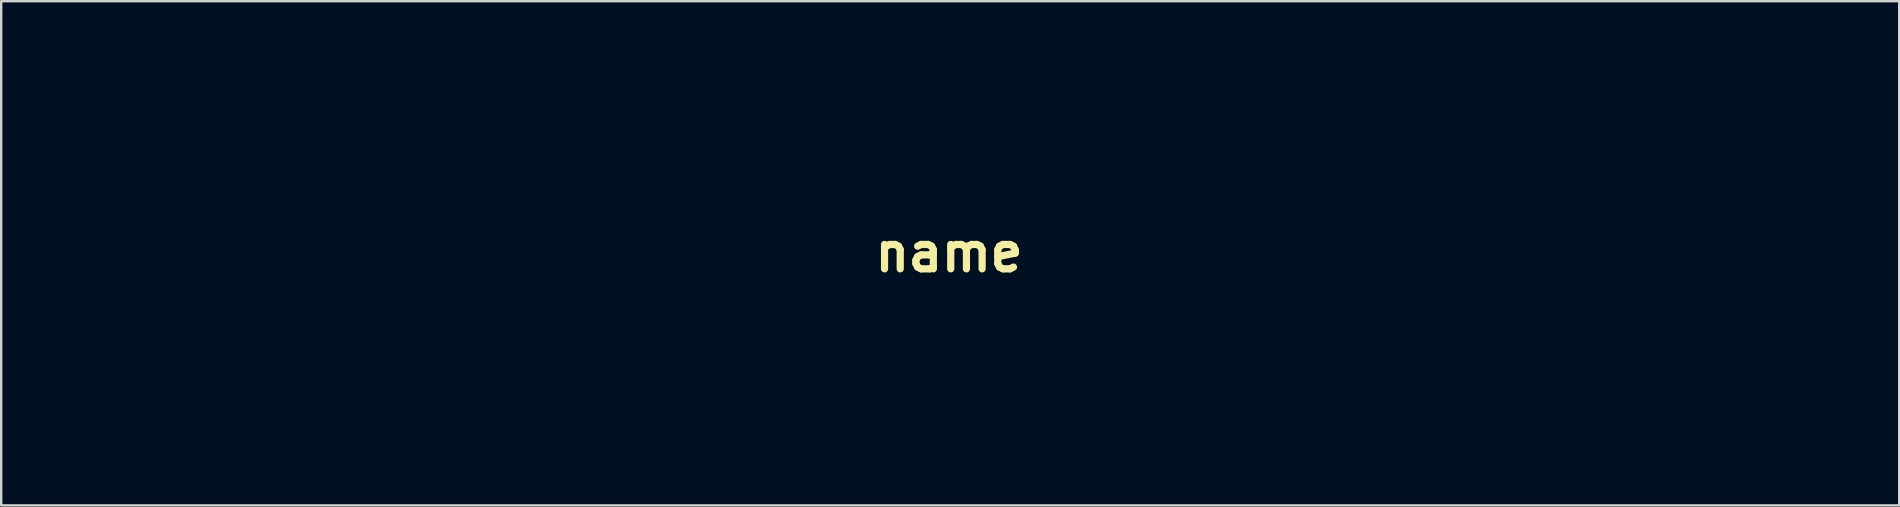
<source format=kicad_pcb>
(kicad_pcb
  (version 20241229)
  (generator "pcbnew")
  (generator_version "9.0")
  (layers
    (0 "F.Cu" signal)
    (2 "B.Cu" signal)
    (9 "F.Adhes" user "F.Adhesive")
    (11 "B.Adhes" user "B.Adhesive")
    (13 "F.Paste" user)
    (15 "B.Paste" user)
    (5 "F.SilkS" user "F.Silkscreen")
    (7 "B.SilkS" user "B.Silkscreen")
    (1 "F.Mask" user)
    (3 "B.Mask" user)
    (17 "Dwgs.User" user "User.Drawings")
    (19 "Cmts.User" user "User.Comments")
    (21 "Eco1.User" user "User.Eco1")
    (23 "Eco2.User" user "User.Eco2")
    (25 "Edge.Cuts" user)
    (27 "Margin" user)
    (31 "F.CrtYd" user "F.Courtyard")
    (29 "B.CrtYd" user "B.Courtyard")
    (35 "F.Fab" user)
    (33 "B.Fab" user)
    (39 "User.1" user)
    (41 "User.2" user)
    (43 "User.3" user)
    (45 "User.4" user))
  (footprint "name"
    (layer "F.Cu")
    (at 36.482 7.459)
    (property "Reference" "name" (at 0 0 0) (layer "F.SilkS") (effects (font (size 1.524 1.524) (thickness 0.3))))
    (attr through_hole)
    (fp_poly (pts (xy 24.13 7.535) (xy 20.828 7.535) (xy 20.828 -7.451) (xy 24.13 -7.451) (xy 24.13 7.535)) (stroke (width 0.01) (type solid)) (fill yes) (layer "F.Mask"))
    (fp_poly (pts (xy 19.219 -4.826) (xy 15.494 -4.826) (xy 15.494 7.535) (xy 12.192 7.535) (xy 12.192 -4.826) (xy 8.551 -4.826) (xy 8.551 -7.451) (xy 19.219 -7.451) (xy 19.219 -4.826)) (stroke (width 0.01) (type solid)) (fill yes) (layer "F.Mask"))
    (fp_poly (pts (xy -28.298 -7.349) (xy -27.761 -7.305) (xy -27.553 -7.274) (xy -26.682 -7.037) (xy -25.807 -6.657) (xy -24.962 -6.157) (xy -24.179 -5.558) (xy -23.493 -4.884) (xy -22.979 -4.222) (xy -22.805 -3.942) (xy -22.625 -3.625) (xy -22.456 -3.304) (xy -22.317 -3.016) (xy -22.224 -2.795) (xy -22.196 -2.677) (xy -22.2 -2.668) (xy -22.283 -2.692) (xy -22.482 -2.773) (xy -22.762 -2.897) (xy -22.903 -2.961) (xy -23.272 -3.144) (xy -23.525 -3.307) (xy -23.708 -3.484) (xy -23.824 -3.641) (xy -24.307 -4.223) (xy -24.897 -4.677) (xy -25.583 -4.995) (xy -26.354 -5.173) (xy -26.401 -5.179) (xy -26.935 -5.244) (xy -27.363 -5.303) (xy -27.719 -5.367) (xy -28.042 -5.448) (xy -28.366 -5.555) (xy -28.73 -5.7) (xy -29.169 -5.894) (xy -29.72 -6.147) (xy -29.809 -6.188) (xy -30.296 -6.417) (xy -30.723 -6.625) (xy -31.068 -6.802) (xy -31.31 -6.935) (xy -31.428 -7.015) (xy -31.435 -7.031) (xy -31.326 -7.074) (xy -31.094 -7.136) (xy -30.783 -7.205) (xy -30.669 -7.228) (xy -30.16 -7.302) (xy -29.556 -7.347) (xy -28.916 -7.363) (xy -28.298 -7.349)) (stroke (width 0.01) (type solid)) (fill yes) (layer "F.Mask"))
    (fp_poly (pts (xy 30.465 -7.45) (xy 31.144 -7.448) (xy 31.691 -7.444) (xy 32.124 -7.436) (xy 32.462 -7.425) (xy 32.725 -7.408) (xy 32.929 -7.386) (xy 33.095 -7.357) (xy 33.24 -7.32) (xy 33.383 -7.275) (xy 34.16 -6.935) (xy 34.817 -6.477) (xy 35.353 -5.904) (xy 35.765 -5.22) (xy 36.049 -4.429) (xy 36.204 -3.535) (xy 36.234 -2.879) (xy 36.172 -1.973) (xy 35.991 -1.135) (xy 35.698 -0.386) (xy 35.299 0.256) (xy 34.949 0.642) (xy 34.696 0.871) (xy 34.464 1.066) (xy 34.305 1.186) (xy 34.108 1.313) (xy 35.342 4.19) (xy 35.624 4.852) (xy 35.883 5.474) (xy 36.112 6.036) (xy 36.303 6.518) (xy 36.449 6.903) (xy 36.543 7.17) (xy 36.576 7.302) (xy 36.576 7.302) (xy 36.576 7.539) (xy 34.872 7.516) (xy 33.168 7.493) (xy 32.085 4.868) (xy 31.002 2.244) (xy 29.718 2.194) (xy 29.718 7.535) (xy 26.416 7.535) (xy 26.416 -0.593) (xy 29.718 -0.593) (xy 30.707 -0.593) (xy 31.164 -0.597) (xy 31.493 -0.616) (xy 31.735 -0.652) (xy 31.934 -0.713) (xy 32.063 -0.77) (xy 32.413 -1.015) (xy 32.661 -1.342) (xy 32.762 -1.525) (xy 32.829 -1.693) (xy 32.868 -1.889) (xy 32.887 -2.153) (xy 32.893 -2.528) (xy 32.893 -2.709) (xy 32.89 -3.143) (xy 32.875 -3.45) (xy 32.843 -3.671) (xy 32.787 -3.85) (xy 32.7 -4.027) (xy 32.681 -4.06) (xy 32.51 -4.324) (xy 32.32 -4.517) (xy 32.08 -4.651) (xy 31.76 -4.736) (xy 31.33 -4.787) (xy 30.8 -4.812) (xy 29.718 -4.846) (xy 29.718 -0.593) (xy 26.416 -0.593) (xy 26.416 -7.451) (xy 29.636 -7.451) (xy 30.465 -7.45)) (stroke (width 0.01) (type solid)) (fill yes) (layer "F.Mask"))
    (fp_poly (pts (xy 3.083 -7.431) (xy 4.609 -7.408) (xy 6.958 0.042) (xy 7.299 1.125) (xy 7.625 2.16) (xy 7.933 3.138) (xy 8.219 4.046) (xy 8.48 4.873) (xy 8.712 5.609) (xy 8.911 6.242) (xy 9.073 6.76) (xy 9.196 7.152) (xy 9.276 7.407) (xy 9.309 7.513) (xy 9.31 7.516) (xy 9.231 7.522) (xy 9.007 7.525) (xy 8.663 7.525) (xy 8.224 7.523) (xy 7.716 7.518) (xy 7.556 7.516) (xy 5.8 7.493) (xy 5.419 6.032) (xy 5.038 4.572) (xy 1.122 4.572) (xy 0.851 5.609) (xy 0.733 6.055) (xy 0.618 6.486) (xy 0.519 6.853) (xy 0.453 7.091) (xy 0.327 7.535) (xy -3.125 7.535) (xy -3.015 7.176) (xy -2.973 7.042) (xy -2.885 6.759) (xy -2.755 6.34) (xy -2.585 5.795) (xy -2.38 5.138) (xy -2.143 4.381) (xy -1.879 3.536) (xy -1.592 2.616) (xy -1.321 1.748) (xy 1.863 1.748) (xy 1.942 1.759) (xy 2.162 1.768) (xy 2.491 1.774) (xy 2.899 1.778) (xy 3.088 1.778) (xy 3.586 1.775) (xy 3.935 1.764) (xy 4.153 1.743) (xy 4.259 1.711) (xy 4.274 1.672) (xy 4.243 1.564) (xy 4.175 1.316) (xy 4.077 0.949) (xy 3.955 0.488) (xy 3.815 -0.044) (xy 3.684 -0.544) (xy 3.533 -1.115) (xy 3.395 -1.631) (xy 3.276 -2.069) (xy 3.181 -2.407) (xy 3.117 -2.623) (xy 3.092 -2.694) (xy 3.034 -2.666) (xy 3.009 -2.616) (xy 2.978 -2.509) (xy 2.912 -2.268) (xy 2.819 -1.919) (xy 2.704 -1.488) (xy 2.576 -1.003) (xy 2.44 -0.488) (xy 2.304 0.03) (xy 2.175 0.524) (xy 2.06 0.968) (xy 1.965 1.335) (xy 1.898 1.6) (xy 1.865 1.736) (xy 1.863 1.748) (xy -1.321 1.748) (xy -1.284 1.632) (xy -0.961 0.598) (xy -0.674 -0.319) (xy 1.556 -7.454) (xy 3.083 -7.431)) (stroke (width 0.01) (type solid)) (fill yes) (layer "F.Mask"))
    (fp_poly (pts (xy -15.423 -7.449) (xy -14.905 -7.444) (xy -14.47 -7.436) (xy -14.14 -7.426) (xy -13.939 -7.414) (xy -13.885 -7.403) (xy -13.864 -7.308) (xy -13.805 -7.066) (xy -13.711 -6.696) (xy -13.587 -6.214) (xy -13.438 -5.638) (xy -13.269 -4.985) (xy -13.083 -4.272) (xy -12.886 -3.518) (xy -12.682 -2.739) (xy -12.476 -1.953) (xy -12.272 -1.176) (xy -12.075 -0.428) (xy -11.889 0.276) (xy -11.719 0.918) (xy -11.569 1.48) (xy -11.444 1.945) (xy -11.349 2.295) (xy -11.288 2.514) (xy -11.267 2.582) (xy -11.203 2.691) (xy -11.155 2.646) (xy -11.147 2.625) (xy -11.118 2.522) (xy -11.05 2.27) (xy -10.948 1.883) (xy -10.815 1.376) (xy -10.654 0.763) (xy -10.47 0.059) (xy -10.267 -0.721) (xy -10.048 -1.564) (xy -9.817 -2.453) (xy -9.811 -2.477) (xy -8.521 -7.451) (xy -4.318 -7.451) (xy -4.318 7.535) (xy -7.62 7.535) (xy -7.616 5.524) (xy -7.611 4.857) (xy -7.596 4.073) (xy -7.575 3.225) (xy -7.549 2.367) (xy -7.518 1.551) (xy -7.498 1.101) (xy -7.469 0.479) (xy -7.445 -0.085) (xy -7.427 -0.57) (xy -7.415 -0.956) (xy -7.41 -1.22) (xy -7.413 -1.341) (xy -7.414 -1.346) (xy -7.425 -1.355) (xy -7.436 -1.353) (xy -7.453 -1.328) (xy -7.479 -1.265) (xy -7.517 -1.155) (xy -7.572 -0.983) (xy -7.647 -0.737) (xy -7.745 -0.406) (xy -7.872 0.023) (xy -8.03 0.564) (xy -8.223 1.227) (xy -8.455 2.025) (xy -8.73 2.972) (xy -8.789 3.175) (xy -10.044 7.493) (xy -12.396 7.493) (xy -13.642 3.217) (xy -13.881 2.394) (xy -14.108 1.617) (xy -14.316 0.901) (xy -14.502 0.263) (xy -14.66 -0.282) (xy -14.787 -0.718) (xy -14.877 -1.029) (xy -14.926 -1.199) (xy -14.933 -1.224) (xy -14.971 -1.334) (xy -14.998 -1.35) (xy -15.014 -1.26) (xy -15.02 -1.054) (xy -15.016 -0.721) (xy -15.001 -0.252) (xy -14.976 0.366) (xy -14.94 1.142) (xy -14.94 1.143) (xy -14.907 1.908) (xy -14.878 2.741) (xy -14.853 3.592) (xy -14.834 4.41) (xy -14.823 5.143) (xy -14.82 5.567) (xy -14.817 7.535) (xy -18.119 7.535) (xy -18.119 -7.451) (xy -16.002 -7.451) (xy -15.423 -7.449)) (stroke (width 0.01) (type solid)) (fill yes) (layer "F.Mask"))
    (fp_poly (pts (xy -32.946 -6.146) (xy -32.697 -6.05) (xy -32.347 -5.903) (xy -31.921 -5.718) (xy -31.443 -5.505) (xy -30.94 -5.276) (xy -30.437 -5.043) (xy -29.959 -4.816) (xy -29.531 -4.607) (xy -29.32 -4.501) (xy -28.964 -4.319) (xy -29.082 -3.925) (xy -29.235 -3.172) (xy -29.243 -2.437) (xy -29.114 -1.739) (xy -28.858 -1.1) (xy -28.48 -0.54) (xy -27.991 -0.081) (xy -27.492 0.216) (xy -26.973 0.379) (xy -26.387 0.435) (xy -25.8 0.384) (xy -25.275 0.225) (xy -25.253 0.215) (xy -24.742 -0.107) (xy -24.272 -0.568) (xy -23.871 -1.138) (xy -23.803 -1.26) (xy -23.662 -1.517) (xy -23.551 -1.703) (xy -23.495 -1.778) (xy -23.494 -1.778) (xy -23.408 -1.744) (xy -23.201 -1.652) (xy -22.904 -1.517) (xy -22.567 -1.36) (xy -21.675 -0.942) (xy -21.675 0.04) (xy -21.74 1.164) (xy -21.939 2.192) (xy -22.28 3.143) (xy -22.768 4.033) (xy -23.411 4.878) (xy -23.74 5.236) (xy -24.554 5.962) (xy -25.456 6.559) (xy -26.422 7.013) (xy -27.431 7.312) (xy -27.468 7.32) (xy -28.042 7.403) (xy -28.71 7.442) (xy -29.412 7.44) (xy -30.09 7.396) (xy -30.682 7.312) (xy -30.849 7.275) (xy -31.89 6.935) (xy -32.858 6.453) (xy -33.741 5.842) (xy -34.525 5.116) (xy -35.198 4.288) (xy -35.746 3.372) (xy -36.157 2.383) (xy -36.408 1.387) (xy -36.457 0.955) (xy -36.466 0.719) (xy -34.121 0.719) (xy -34.103 0.911) (xy -34.055 1.206) (xy -33.988 1.539) (xy -33.985 1.55) (xy -33.711 2.428) (xy -33.302 3.221) (xy -32.771 3.915) (xy -32.129 4.497) (xy -31.39 4.951) (xy -30.878 5.166) (xy -30.065 5.372) (xy -29.188 5.45) (xy -28.297 5.402) (xy -27.441 5.226) (xy -27.347 5.197) (xy -26.558 4.864) (xy -25.858 4.391) (xy -25.256 3.787) (xy -24.757 3.061) (xy -24.369 2.221) (xy -24.099 1.275) (xy -24.098 1.27) (xy -24.033 0.941) (xy -24.009 0.738) (xy -24.024 0.621) (xy -24.078 0.55) (xy -24.09 0.541) (xy -24.307 0.47) (xy -24.536 0.534) (xy -24.722 0.714) (xy -24.765 0.794) (xy -25.014 1.363) (xy -25.221 1.803) (xy -25.404 2.144) (xy -25.58 2.417) (xy -25.766 2.652) (xy -25.97 2.868) (xy -26.566 3.356) (xy -27.237 3.715) (xy -27.78 3.89) (xy -28.105 3.938) (xy -28.542 3.965) (xy -29.036 3.973) (xy -29.537 3.962) (xy -29.991 3.933) (xy -30.348 3.885) (xy -30.438 3.864) (xy -31.142 3.614) (xy -31.745 3.26) (xy -32.26 2.788) (xy -32.701 2.186) (xy -33.082 1.439) (xy -33.233 1.061) (xy -33.342 0.785) (xy -33.431 0.63) (xy -33.539 0.557) (xy -33.705 0.53) (xy -33.773 0.524) (xy -33.993 0.517) (xy -34.093 0.556) (xy -34.12 0.669) (xy -34.121 0.719) (xy -36.466 0.719) (xy -36.477 0.415) (xy -36.47 -0.18) (xy -36.439 -0.78) (xy -36.385 -1.332) (xy -36.31 -1.785) (xy -36.281 -1.905) (xy -36.112 -2.4) (xy -35.974 -2.718) (xy -33.346 -2.718) (xy -33.285 -2.168) (xy -33.105 -1.651) (xy -32.811 -1.197) (xy -32.406 -0.841) (xy -32.389 -0.83) (xy -32.065 -0.713) (xy -31.676 -0.698) (xy -31.285 -0.779) (xy -31.002 -0.922) (xy -30.639 -1.282) (xy -30.389 -1.763) (xy -30.257 -2.354) (xy -30.244 -2.507) (xy -30.259 -3.122) (xy -30.396 -3.64) (xy -30.664 -4.093) (xy -30.748 -4.194) (xy -31.124 -4.511) (xy -31.542 -4.673) (xy -31.976 -4.677) (xy -32.401 -4.526) (xy -32.784 -4.224) (xy -33.1 -3.779) (xy -33.286 -3.265) (xy -33.346 -2.718) (xy -35.974 -2.718) (xy -35.865 -2.97) (xy -35.566 -3.557) (xy -35.247 -4.107) (xy -34.935 -4.563) (xy -34.862 -4.654) (xy -34.57 -4.985) (xy -34.24 -5.317) (xy -33.901 -5.626) (xy -33.581 -5.887) (xy -33.308 -6.078) (xy -33.11 -6.174) (xy -33.066 -6.181) (xy -32.946 -6.146)) (stroke (width 0.01) (type solid)) (fill yes) (layer "F.Mask")))
  (gr_rect
    (start -3 -3)
    (end 76.063 18.003)
    (stroke (width 0.1) (type default))
    (fill no)
    (layer "Edge.Cuts")))
</source>
